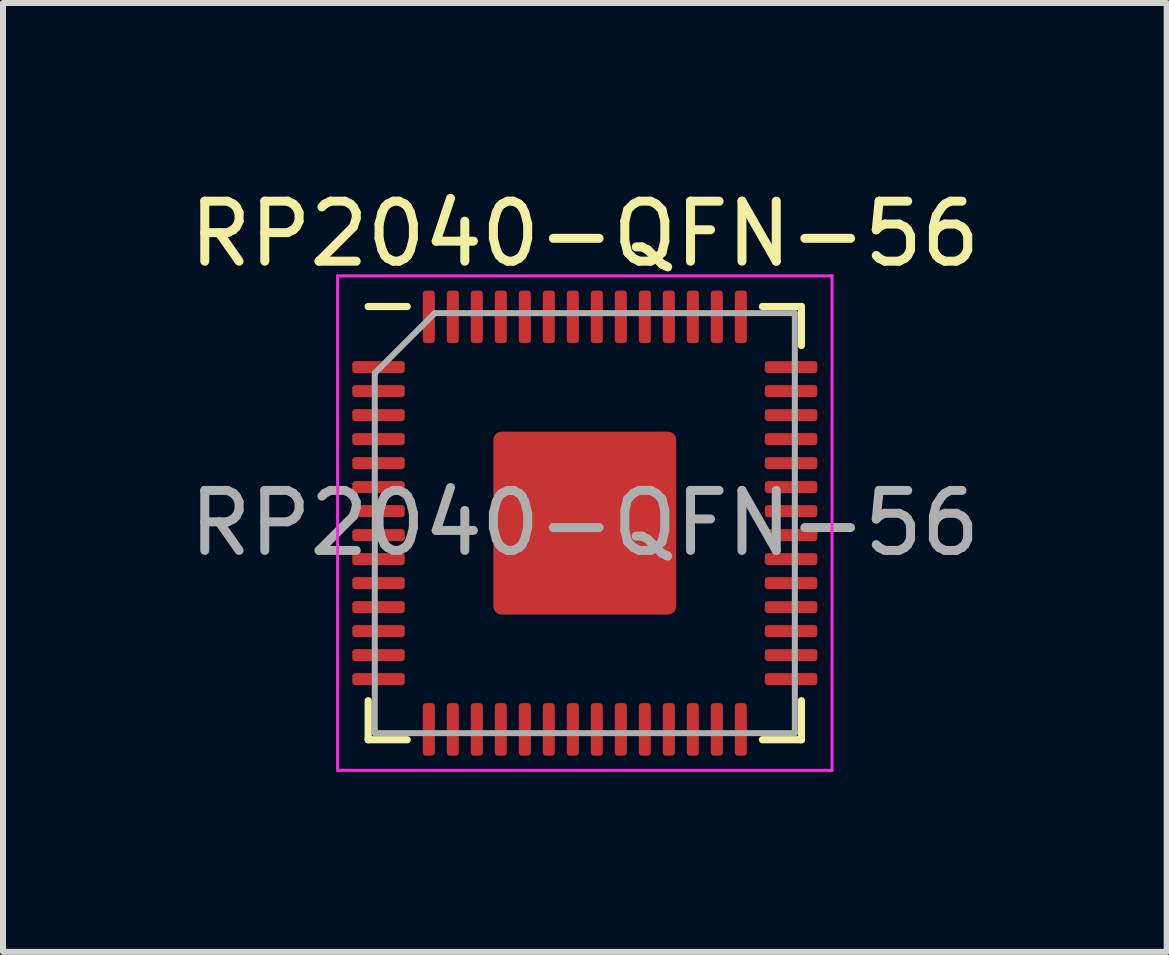
<source format=kicad_pcb>
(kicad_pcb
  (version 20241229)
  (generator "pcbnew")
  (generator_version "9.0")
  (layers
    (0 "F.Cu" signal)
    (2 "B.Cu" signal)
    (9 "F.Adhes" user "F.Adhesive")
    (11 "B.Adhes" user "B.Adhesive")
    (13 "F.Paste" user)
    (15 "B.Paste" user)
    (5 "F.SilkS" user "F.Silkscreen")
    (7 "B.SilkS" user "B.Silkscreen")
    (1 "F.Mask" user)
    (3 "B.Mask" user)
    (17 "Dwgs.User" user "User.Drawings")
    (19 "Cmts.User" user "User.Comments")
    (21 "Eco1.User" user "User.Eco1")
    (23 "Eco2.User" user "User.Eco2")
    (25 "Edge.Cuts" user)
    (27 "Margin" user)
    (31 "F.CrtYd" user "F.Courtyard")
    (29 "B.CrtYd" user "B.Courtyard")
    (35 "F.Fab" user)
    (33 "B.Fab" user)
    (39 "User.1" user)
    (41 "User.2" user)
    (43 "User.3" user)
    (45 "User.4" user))
  (footprint "RP2040-QFN-56"
    (layer "F.Cu")
    (at 6.696 5.668)
    (property "Reference" "RP2040-QFN-56" (at 0 -4.82 0) (layer "F.SilkS") (effects (font (size 1 1) (thickness 0.15))))
    (attr smd)
    (fp_line (start -3.61 3.61) (end -3.61 2.96) (stroke (width 0.12) (type solid)) (layer "F.SilkS"))
    (fp_line (start -2.96 -3.61) (end -3.61 -3.61) (stroke (width 0.12) (type solid)) (layer "F.SilkS"))
    (fp_line (start -2.96 3.61) (end -3.61 3.61) (stroke (width 0.12) (type solid)) (layer "F.SilkS"))
    (fp_line (start 2.96 -3.61) (end 3.61 -3.61) (stroke (width 0.12) (type solid)) (layer "F.SilkS"))
    (fp_line (start 2.96 3.61) (end 3.61 3.61) (stroke (width 0.12) (type solid)) (layer "F.SilkS"))
    (fp_line (start 3.61 -3.61) (end 3.61 -2.96) (stroke (width 0.12) (type solid)) (layer "F.SilkS"))
    (fp_line (start 3.61 3.61) (end 3.61 2.96) (stroke (width 0.12) (type solid)) (layer "F.SilkS"))
    (fp_line (start -4.12 -4.12) (end -4.12 4.12) (stroke (width 0.05) (type solid)) (layer "F.CrtYd"))
    (fp_line (start -4.12 4.12) (end 4.12 4.12) (stroke (width 0.05) (type solid)) (layer "F.CrtYd"))
    (fp_line (start 4.12 -4.12) (end -4.12 -4.12) (stroke (width 0.05) (type solid)) (layer "F.CrtYd"))
    (fp_line (start 4.12 4.12) (end 4.12 -4.12) (stroke (width 0.05) (type solid)) (layer "F.CrtYd"))
    (fp_line (start -3.5 -2.5) (end -2.5 -3.5) (stroke (width 0.1) (type solid)) (layer "F.Fab"))
    (fp_line (start -3.5 3.5) (end -3.5 -2.5) (stroke (width 0.1) (type solid)) (layer "F.Fab"))
    (fp_line (start -2.5 -3.5) (end 3.5 -3.5) (stroke (width 0.1) (type solid)) (layer "F.Fab"))
    (fp_line (start 3.5 -3.5) (end 3.5 3.5) (stroke (width 0.1) (type solid)) (layer "F.Fab"))
    (fp_line (start 3.5 3.5) (end -3.5 3.5) (stroke (width 0.1) (type solid)) (layer "F.Fab"))
    (fp_text user "${REFERENCE}" (at 0 0 0) (layer "F.Fab") (effects (font (size 1 1) (thickness 0.15))))
    (pad "" smd roundrect (at -0.637 -0.637) (size 1.084 1.084) (layers "F.Paste") (roundrect_rratio 0.231))
    (pad "" smd roundrect (at -0.637 0.637) (size 1.084 1.084) (layers "F.Paste") (roundrect_rratio 0.231))
    (pad "" smd roundrect (at 0.637 -0.637) (size 1.084 1.084) (layers "F.Paste") (roundrect_rratio 0.231))
    (pad "" smd roundrect (at 0.637 0.637) (size 1.084 1.084) (layers "F.Paste") (roundrect_rratio 0.231))
    (pad "1" smd roundrect (at -3.438 -2.6) (size 0.875 0.2) (layers "F.Cu" "F.Mask" "F.Paste") (roundrect_rratio 0.25))
    (pad "2" smd roundrect (at -3.438 -2.2) (size 0.875 0.2) (layers "F.Cu" "F.Mask" "F.Paste") (roundrect_rratio 0.25))
    (pad "3" smd roundrect (at -3.438 -1.8) (size 0.875 0.2) (layers "F.Cu" "F.Mask" "F.Paste") (roundrect_rratio 0.25))
    (pad "4" smd roundrect (at -3.438 -1.4) (size 0.875 0.2) (layers "F.Cu" "F.Mask" "F.Paste") (roundrect_rratio 0.25))
    (pad "5" smd roundrect (at -3.438 -1) (size 0.875 0.2) (layers "F.Cu" "F.Mask" "F.Paste") (roundrect_rratio 0.25))
    (pad "6" smd roundrect (at -3.438 -0.6) (size 0.875 0.2) (layers "F.Cu" "F.Mask" "F.Paste") (roundrect_rratio 0.25))
    (pad "7" smd roundrect (at -3.438 -0.2) (size 0.875 0.2) (layers "F.Cu" "F.Mask" "F.Paste") (roundrect_rratio 0.25))
    (pad "8" smd roundrect (at -3.438 0.2) (size 0.875 0.2) (layers "F.Cu" "F.Mask" "F.Paste") (roundrect_rratio 0.25))
    (pad "9" smd roundrect (at -3.438 0.6) (size 0.875 0.2) (layers "F.Cu" "F.Mask" "F.Paste") (roundrect_rratio 0.25))
    (pad "10" smd roundrect (at -3.438 1) (size 0.875 0.2) (layers "F.Cu" "F.Mask" "F.Paste") (roundrect_rratio 0.25))
    (pad "11" smd roundrect (at -3.438 1.4) (size 0.875 0.2) (layers "F.Cu" "F.Mask" "F.Paste") (roundrect_rratio 0.25))
    (pad "12" smd roundrect (at -3.438 1.8) (size 0.875 0.2) (layers "F.Cu" "F.Mask" "F.Paste") (roundrect_rratio 0.25))
    (pad "13" smd roundrect (at -3.438 2.2) (size 0.875 0.2) (layers "F.Cu" "F.Mask" "F.Paste") (roundrect_rratio 0.25))
    (pad "14" smd roundrect (at -3.438 2.6) (size 0.875 0.2) (layers "F.Cu" "F.Mask" "F.Paste") (roundrect_rratio 0.25))
    (pad "15" smd roundrect (at -2.6 3.438) (size 0.2 0.875) (layers "F.Cu" "F.Mask" "F.Paste") (roundrect_rratio 0.25))
    (pad "16" smd roundrect (at -2.2 3.438) (size 0.2 0.875) (layers "F.Cu" "F.Mask" "F.Paste") (roundrect_rratio 0.25))
    (pad "17" smd roundrect (at -1.8 3.438) (size 0.2 0.875) (layers "F.Cu" "F.Mask" "F.Paste") (roundrect_rratio 0.25))
    (pad "18" smd roundrect (at -1.4 3.438) (size 0.2 0.875) (layers "F.Cu" "F.Mask" "F.Paste") (roundrect_rratio 0.25))
    (pad "19" smd roundrect (at -1 3.438) (size 0.2 0.875) (layers "F.Cu" "F.Mask" "F.Paste") (roundrect_rratio 0.25))
    (pad "20" smd roundrect (at -0.6 3.438) (size 0.2 0.875) (layers "F.Cu" "F.Mask" "F.Paste") (roundrect_rratio 0.25))
    (pad "21" smd roundrect (at -0.2 3.438) (size 0.2 0.875) (layers "F.Cu" "F.Mask" "F.Paste") (roundrect_rratio 0.25))
    (pad "22" smd roundrect (at 0.2 3.438) (size 0.2 0.875) (layers "F.Cu" "F.Mask" "F.Paste") (roundrect_rratio 0.25))
    (pad "23" smd roundrect (at 0.6 3.438) (size 0.2 0.875) (layers "F.Cu" "F.Mask" "F.Paste") (roundrect_rratio 0.25))
    (pad "24" smd roundrect (at 1 3.438) (size 0.2 0.875) (layers "F.Cu" "F.Mask" "F.Paste") (roundrect_rratio 0.25))
    (pad "25" smd roundrect (at 1.4 3.438) (size 0.2 0.875) (layers "F.Cu" "F.Mask" "F.Paste") (roundrect_rratio 0.25))
    (pad "26" smd roundrect (at 1.8 3.438) (size 0.2 0.875) (layers "F.Cu" "F.Mask" "F.Paste") (roundrect_rratio 0.25))
    (pad "27" smd roundrect (at 2.2 3.438) (size 0.2 0.875) (layers "F.Cu" "F.Mask" "F.Paste") (roundrect_rratio 0.25))
    (pad "28" smd roundrect (at 2.6 3.438) (size 0.2 0.875) (layers "F.Cu" "F.Mask" "F.Paste") (roundrect_rratio 0.25))
    (pad "29" smd roundrect (at 3.438 2.6) (size 0.875 0.2) (layers "F.Cu" "F.Mask" "F.Paste") (roundrect_rratio 0.25))
    (pad "30" smd roundrect (at 3.438 2.2) (size 0.875 0.2) (layers "F.Cu" "F.Mask" "F.Paste") (roundrect_rratio 0.25))
    (pad "31" smd roundrect (at 3.438 1.8) (size 0.875 0.2) (layers "F.Cu" "F.Mask" "F.Paste") (roundrect_rratio 0.25))
    (pad "32" smd roundrect (at 3.438 1.4) (size 0.875 0.2) (layers "F.Cu" "F.Mask" "F.Paste") (roundrect_rratio 0.25))
    (pad "33" smd roundrect (at 3.438 1) (size 0.875 0.2) (layers "F.Cu" "F.Mask" "F.Paste") (roundrect_rratio 0.25))
    (pad "34" smd roundrect (at 3.438 0.6) (size 0.875 0.2) (layers "F.Cu" "F.Mask" "F.Paste") (roundrect_rratio 0.25))
    (pad "35" smd roundrect (at 3.438 0.2) (size 0.875 0.2) (layers "F.Cu" "F.Mask" "F.Paste") (roundrect_rratio 0.25))
    (pad "36" smd roundrect (at 3.438 -0.2) (size 0.875 0.2) (layers "F.Cu" "F.Mask" "F.Paste") (roundrect_rratio 0.25))
    (pad "37" smd roundrect (at 3.438 -0.6) (size 0.875 0.2) (layers "F.Cu" "F.Mask" "F.Paste") (roundrect_rratio 0.25))
    (pad "38" smd roundrect (at 3.438 -1) (size 0.875 0.2) (layers "F.Cu" "F.Mask" "F.Paste") (roundrect_rratio 0.25))
    (pad "39" smd roundrect (at 3.438 -1.4) (size 0.875 0.2) (layers "F.Cu" "F.Mask" "F.Paste") (roundrect_rratio 0.25))
    (pad "40" smd roundrect (at 3.438 -1.8) (size 0.875 0.2) (layers "F.Cu" "F.Mask" "F.Paste") (roundrect_rratio 0.25))
    (pad "41" smd roundrect (at 3.438 -2.2) (size 0.875 0.2) (layers "F.Cu" "F.Mask" "F.Paste") (roundrect_rratio 0.25))
    (pad "42" smd roundrect (at 3.438 -2.6) (size 0.875 0.2) (layers "F.Cu" "F.Mask" "F.Paste") (roundrect_rratio 0.25))
    (pad "43" smd roundrect (at 2.6 -3.438) (size 0.2 0.875) (layers "F.Cu" "F.Mask" "F.Paste") (roundrect_rratio 0.25))
    (pad "44" smd roundrect (at 2.2 -3.438) (size 0.2 0.875) (layers "F.Cu" "F.Mask" "F.Paste") (roundrect_rratio 0.25))
    (pad "45" smd roundrect (at 1.8 -3.438) (size 0.2 0.875) (layers "F.Cu" "F.Mask" "F.Paste") (roundrect_rratio 0.25))
    (pad "46" smd roundrect (at 1.4 -3.438) (size 0.2 0.875) (layers "F.Cu" "F.Mask" "F.Paste") (roundrect_rratio 0.25))
    (pad "47" smd roundrect (at 1 -3.438) (size 0.2 0.875) (layers "F.Cu" "F.Mask" "F.Paste") (roundrect_rratio 0.25))
    (pad "48" smd roundrect (at 0.6 -3.438) (size 0.2 0.875) (layers "F.Cu" "F.Mask" "F.Paste") (roundrect_rratio 0.25))
    (pad "49" smd roundrect (at 0.2 -3.438) (size 0.2 0.875) (layers "F.Cu" "F.Mask" "F.Paste") (roundrect_rratio 0.25))
    (pad "50" smd roundrect (at -0.2 -3.438) (size 0.2 0.875) (layers "F.Cu" "F.Mask" "F.Paste") (roundrect_rratio 0.25))
    (pad "51" smd roundrect (at -0.6 -3.438) (size 0.2 0.875) (layers "F.Cu" "F.Mask" "F.Paste") (roundrect_rratio 0.25))
    (pad "52" smd roundrect (at -1 -3.438) (size 0.2 0.875) (layers "F.Cu" "F.Mask" "F.Paste") (roundrect_rratio 0.25))
    (pad "53" smd roundrect (at -1.4 -3.438) (size 0.2 0.875) (layers "F.Cu" "F.Mask" "F.Paste") (roundrect_rratio 0.25))
    (pad "54" smd roundrect (at -1.8 -3.438) (size 0.2 0.875) (layers "F.Cu" "F.Mask" "F.Paste") (roundrect_rratio 0.25))
    (pad "55" smd roundrect (at -2.2 -3.438) (size 0.2 0.875) (layers "F.Cu" "F.Mask" "F.Paste") (roundrect_rratio 0.25))
    (pad "56" smd roundrect (at -2.6 -3.438) (size 0.2 0.875) (layers "F.Cu" "F.Mask" "F.Paste") (roundrect_rratio 0.25))
    (pad "57" smd roundrect (at 0 0) (size 3.048 3.048) (layers "F.Cu" "F.Mask") (roundrect_rratio 0.045)))
  (gr_rect
    (start -3 -3)
    (end 16.393 12.813)
    (stroke (width 0.1) (type default))
    (fill no)
    (layer "Edge.Cuts")))
</source>
